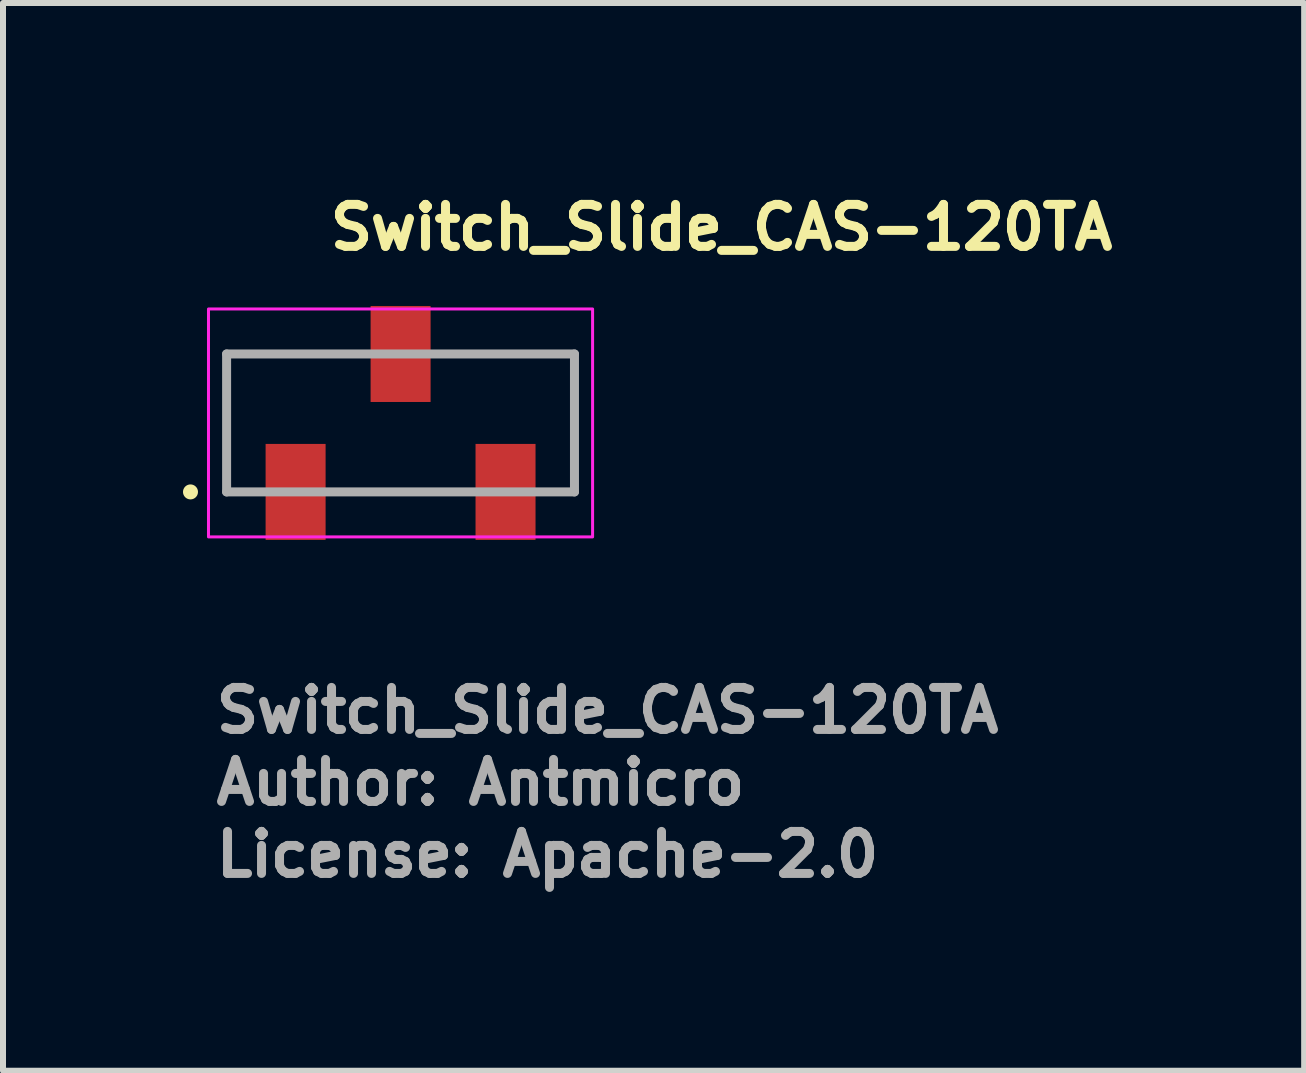
<source format=kicad_pcb>
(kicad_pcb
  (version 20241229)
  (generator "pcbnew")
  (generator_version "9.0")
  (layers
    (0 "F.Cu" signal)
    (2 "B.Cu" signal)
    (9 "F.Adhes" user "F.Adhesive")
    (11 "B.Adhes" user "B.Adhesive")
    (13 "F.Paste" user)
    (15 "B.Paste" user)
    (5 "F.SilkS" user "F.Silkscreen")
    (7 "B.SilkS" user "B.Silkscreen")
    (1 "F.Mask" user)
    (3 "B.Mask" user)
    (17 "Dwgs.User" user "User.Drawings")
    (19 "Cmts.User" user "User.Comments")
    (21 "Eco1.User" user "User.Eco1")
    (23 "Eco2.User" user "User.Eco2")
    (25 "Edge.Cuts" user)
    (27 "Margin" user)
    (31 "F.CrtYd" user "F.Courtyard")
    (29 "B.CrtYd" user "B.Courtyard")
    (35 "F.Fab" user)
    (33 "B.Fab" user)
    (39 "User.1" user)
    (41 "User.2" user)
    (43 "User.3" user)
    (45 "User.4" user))
  (footprint "Switch_Slide_CAS-120TA"
    (layer "F.Cu")
    (at 3.627 4.001)
    (property "Reference" "Switch_Slide_CAS-120TA" (at -1.25 -2.851 0) (layer "F.SilkS") (effects (font (size 0.7 0.7) (thickness 0.15)) (justify left bottom)))
    (attr smd)
    (fp_circle (center -3.502 1.148) (end -3.452 1.148) (stroke (width 0.15) (type solid)) (fill yes) (layer "F.SilkS"))
    (fp_rect (start -3.202 -1.901) (end 3.2 1.898) (stroke (width 0.05) (type solid)) (fill no) (layer "F.CrtYd"))
    (fp_line (start -2.9 1.148) (end -2.9 -1.151) (stroke (width 0.15) (type solid)) (layer "F.Fab"))
    (fp_line (start -2.9 1.148) (end 2.898 1.148) (stroke (width 0.15) (type solid)) (layer "F.Fab"))
    (fp_line (start 2.898 -1.151) (end -2.9 -1.151) (stroke (width 0.15) (type solid)) (layer "F.Fab"))
    (fp_line (start 2.898 -1.151) (end 2.898 1.148) (stroke (width 0.15) (type solid)) (layer "F.Fab"))
    (fp_line (start -2.702 -1.25) (end -2.702 -0.75) (stroke (width 0.02) (type solid)) (layer "User.9"))
    (fp_line (start -2.702 -0.75) (end -2.202 -1.25) (stroke (width 0.02) (type solid)) (layer "User.9"))
    (fp_line (start -2.702 1.249) (end -2.702 -0.75) (stroke (width 0.02) (type solid)) (layer "User.9"))
    (fp_line (start -2.202 -1.25) (end -2.702 -1.25) (stroke (width 0.02) (type solid)) (layer "User.9"))
    (fp_line (start -2.05 1.249) (end -2.05 1.398) (stroke (width 0.02) (type solid)) (layer "User.9"))
    (fp_line (start -1.5 -0.452) (end -1.5 0.45) (stroke (width 0.02) (type solid)) (layer "User.9"))
    (fp_line (start -1.5 -0.452) (end -0.652 -0.351) (stroke (width 0.02) (type solid)) (layer "User.9"))
    (fp_line (start -1.45 1.249) (end -1.45 1.398) (stroke (width 0.02) (type solid)) (layer "User.9"))
    (fp_line (start -1.45 1.398) (end -2.05 1.398) (stroke (width 0.02) (type solid)) (layer "User.9"))
    (fp_line (start -1.276 0.838) (end -1.276 0.848) (stroke (width 0.02) (type solid)) (layer "User.9"))
    (fp_line (start -1.276 0.848) (end -1.276 0.848) (stroke (width 0.02) (type solid)) (layer "User.9"))
    (fp_line (start -1.276 0.848) (end -1.276 0.859) (stroke (width 0.02) (type solid)) (layer "User.9"))
    (fp_line (start -1.276 0.859) (end -1.274 0.869) (stroke (width 0.02) (type solid)) (layer "User.9"))
    (fp_line (start -1.274 0.819) (end -1.274 0.829) (stroke (width 0.02) (type solid)) (layer "User.9"))
    (fp_line (start -1.274 0.829) (end -1.276 0.838) (stroke (width 0.02) (type solid)) (layer "User.9"))
    (fp_line (start -1.274 0.869) (end -1.274 0.879) (stroke (width 0.02) (type solid)) (layer "User.9"))
    (fp_line (start -1.274 0.879) (end -1.272 0.889) (stroke (width 0.02) (type solid)) (layer "User.9"))
    (fp_line (start -1.272 0.809) (end -1.274 0.819) (stroke (width 0.02) (type solid)) (layer "User.9"))
    (fp_line (start -1.272 0.889) (end -1.27 0.899) (stroke (width 0.02) (type solid)) (layer "User.9"))
    (fp_line (start -1.27 0.8) (end -1.272 0.809) (stroke (width 0.02) (type solid)) (layer "User.9"))
    (fp_line (start -1.27 0.899) (end -1.268 0.909) (stroke (width 0.02) (type solid)) (layer "User.9"))
    (fp_line (start -1.268 0.79) (end -1.27 0.8) (stroke (width 0.02) (type solid)) (layer "User.9"))
    (fp_line (start -1.268 0.909) (end -1.264 0.918) (stroke (width 0.02) (type solid)) (layer "User.9"))
    (fp_line (start -1.264 0.781) (end -1.268 0.79) (stroke (width 0.02) (type solid)) (layer "User.9"))
    (fp_line (start -1.264 0.918) (end -1.26 0.927) (stroke (width 0.02) (type solid)) (layer "User.9"))
    (fp_line (start -1.26 0.772) (end -1.264 0.781) (stroke (width 0.02) (type solid)) (layer "User.9"))
    (fp_line (start -1.26 0.927) (end -1.256 0.936) (stroke (width 0.02) (type solid)) (layer "User.9"))
    (fp_line (start -1.256 0.762) (end -1.26 0.772) (stroke (width 0.02) (type solid)) (layer "User.9"))
    (fp_line (start -1.256 0.936) (end -1.252 0.945) (stroke (width 0.02) (type solid)) (layer "User.9"))
    (fp_line (start -1.252 0.753) (end -1.256 0.762) (stroke (width 0.02) (type solid)) (layer "User.9"))
    (fp_line (start -1.252 0.945) (end -1.248 0.953) (stroke (width 0.02) (type solid)) (layer "User.9"))
    (fp_line (start -1.248 0.745) (end -1.252 0.753) (stroke (width 0.02) (type solid)) (layer "User.9"))
    (fp_line (start -1.248 0.953) (end -1.242 0.96) (stroke (width 0.02) (type solid)) (layer "User.9"))
    (fp_line (start -1.242 0.737) (end -1.248 0.745) (stroke (width 0.02) (type solid)) (layer "User.9"))
    (fp_line (start -1.242 0.96) (end -1.236 0.968) (stroke (width 0.02) (type solid)) (layer "User.9"))
    (fp_line (start -1.236 0.729) (end -1.242 0.737) (stroke (width 0.02) (type solid)) (layer "User.9"))
    (fp_line (start -1.236 0.968) (end -1.23 0.976) (stroke (width 0.02) (type solid)) (layer "User.9"))
    (fp_line (start -1.23 0.721) (end -1.236 0.729) (stroke (width 0.02) (type solid)) (layer "User.9"))
    (fp_line (start -1.23 0.976) (end -1.224 0.983) (stroke (width 0.02) (type solid)) (layer "User.9"))
    (fp_line (start -1.224 0.714) (end -1.23 0.721) (stroke (width 0.02) (type solid)) (layer "User.9"))
    (fp_line (start -1.224 0.983) (end -1.218 0.99) (stroke (width 0.02) (type solid)) (layer "User.9"))
    (fp_line (start -1.218 0.707) (end -1.224 0.714) (stroke (width 0.02) (type solid)) (layer "User.9"))
    (fp_line (start -1.218 0.99) (end -1.21 0.997) (stroke (width 0.02) (type solid)) (layer "User.9"))
    (fp_line (start -1.21 0.701) (end -1.218 0.707) (stroke (width 0.02) (type solid)) (layer "User.9"))
    (fp_line (start -1.21 0.997) (end -1.204 1.003) (stroke (width 0.02) (type solid)) (layer "User.9"))
    (fp_line (start -1.204 0.695) (end -1.21 0.701) (stroke (width 0.02) (type solid)) (layer "User.9"))
    (fp_line (start -1.204 1.003) (end -1.196 1.009) (stroke (width 0.02) (type solid)) (layer "User.9"))
    (fp_line (start -1.196 0.689) (end -1.204 0.695) (stroke (width 0.02) (type solid)) (layer "User.9"))
    (fp_line (start -1.196 1.009) (end -1.188 1.015) (stroke (width 0.02) (type solid)) (layer "User.9"))
    (fp_line (start -1.188 0.684) (end -1.196 0.689) (stroke (width 0.02) (type solid)) (layer "User.9"))
    (fp_line (start -1.188 1.015) (end -1.18 1.021) (stroke (width 0.02) (type solid)) (layer "User.9"))
    (fp_line (start -1.18 0.678) (end -1.188 0.684) (stroke (width 0.02) (type solid)) (layer "User.9"))
    (fp_line (start -1.18 1.021) (end -1.172 1.024) (stroke (width 0.02) (type solid)) (layer "User.9"))
    (fp_line (start -1.172 0.674) (end -1.18 0.678) (stroke (width 0.02) (type solid)) (layer "User.9"))
    (fp_line (start -1.172 1.024) (end -1.162 1.03) (stroke (width 0.02) (type solid)) (layer "User.9"))
    (fp_line (start -1.162 0.669) (end -1.172 0.674) (stroke (width 0.02) (type solid)) (layer "User.9"))
    (fp_line (start -1.162 1.03) (end -1.154 1.034) (stroke (width 0.02) (type solid)) (layer "User.9"))
    (fp_line (start -1.154 0.665) (end -1.162 0.669) (stroke (width 0.02) (type solid)) (layer "User.9"))
    (fp_line (start -1.154 1.034) (end -1.145 1.036) (stroke (width 0.02) (type solid)) (layer "User.9"))
    (fp_line (start -1.145 0.662) (end -1.154 0.665) (stroke (width 0.02) (type solid)) (layer "User.9"))
    (fp_line (start -1.145 1.036) (end -1.135 1.04) (stroke (width 0.02) (type solid)) (layer "User.9"))
    (fp_line (start -1.135 0.658) (end -1.145 0.662) (stroke (width 0.02) (type solid)) (layer "User.9"))
    (fp_line (start -1.135 1.04) (end -1.125 1.042) (stroke (width 0.02) (type solid)) (layer "User.9"))
    (fp_line (start -1.125 0.656) (end -1.135 0.658) (stroke (width 0.02) (type solid)) (layer "User.9"))
    (fp_line (start -1.125 1.042) (end -1.117 1.044) (stroke (width 0.02) (type solid)) (layer "User.9"))
    (fp_line (start -1.117 0.654) (end -1.125 0.656) (stroke (width 0.02) (type solid)) (layer "User.9"))
    (fp_line (start -1.117 1.044) (end -1.107 1.046) (stroke (width 0.02) (type solid)) (layer "User.9"))
    (fp_line (start -1.107 0.652) (end -1.117 0.654) (stroke (width 0.02) (type solid)) (layer "User.9"))
    (fp_line (start -1.107 1.046) (end -1.097 1.048) (stroke (width 0.02) (type solid)) (layer "User.9"))
    (fp_line (start -1.097 0.651) (end -1.107 0.652) (stroke (width 0.02) (type solid)) (layer "User.9"))
    (fp_line (start -1.097 1.048) (end -1.087 1.048) (stroke (width 0.02) (type solid)) (layer "User.9"))
    (fp_line (start -1.087 0.65) (end -1.097 0.651) (stroke (width 0.02) (type solid)) (layer "User.9"))
    (fp_line (start -1.087 1.048) (end -1.075 1.05) (stroke (width 0.02) (type solid)) (layer "User.9"))
    (fp_line (start -1.075 0.65) (end -1.087 0.65) (stroke (width 0.02) (type solid)) (layer "User.9"))
    (fp_line (start -1.075 0.65) (end -1.075 0.65) (stroke (width 0.02) (type solid)) (layer "User.9"))
    (fp_line (start -1.075 1.05) (end -1.075 1.05) (stroke (width 0.02) (type solid)) (layer "User.9"))
    (fp_line (start -1.075 1.05) (end -1.065 1.048) (stroke (width 0.02) (type solid)) (layer "User.9"))
    (fp_line (start -1.065 0.65) (end -1.075 0.65) (stroke (width 0.02) (type solid)) (layer "User.9"))
    (fp_line (start -1.065 1.048) (end -1.055 1.048) (stroke (width 0.02) (type solid)) (layer "User.9"))
    (fp_line (start -1.055 0.651) (end -1.065 0.65) (stroke (width 0.02) (type solid)) (layer "User.9"))
    (fp_line (start -1.055 1.048) (end -1.045 1.046) (stroke (width 0.02) (type solid)) (layer "User.9"))
    (fp_line (start -1.045 0.652) (end -1.055 0.651) (stroke (width 0.02) (type solid)) (layer "User.9"))
    (fp_line (start -1.045 1.046) (end -1.035 1.044) (stroke (width 0.02) (type solid)) (layer "User.9"))
    (fp_line (start -1.035 0.654) (end -1.045 0.652) (stroke (width 0.02) (type solid)) (layer "User.9"))
    (fp_line (start -1.035 1.044) (end -1.027 1.042) (stroke (width 0.02) (type solid)) (layer "User.9"))
    (fp_line (start -1.027 0.656) (end -1.035 0.654) (stroke (width 0.02) (type solid)) (layer "User.9"))
    (fp_line (start -1.027 1.042) (end -1.016 1.04) (stroke (width 0.02) (type solid)) (layer "User.9"))
    (fp_line (start -1.016 0.658) (end -1.027 0.656) (stroke (width 0.02) (type solid)) (layer "User.9"))
    (fp_line (start -1.016 1.04) (end -1.008 1.036) (stroke (width 0.02) (type solid)) (layer "User.9"))
    (fp_line (start -1.008 0.662) (end -1.016 0.658) (stroke (width 0.02) (type solid)) (layer "User.9"))
    (fp_line (start -1.008 1.036) (end -0.998 1.034) (stroke (width 0.02) (type solid)) (layer "User.9"))
    (fp_line (start -0.998 0.665) (end -1.008 0.662) (stroke (width 0.02) (type solid)) (layer "User.9"))
    (fp_line (start -0.998 1.034) (end -0.989 1.03) (stroke (width 0.02) (type solid)) (layer "User.9"))
    (fp_line (start -0.989 0.669) (end -0.998 0.665) (stroke (width 0.02) (type solid)) (layer "User.9"))
    (fp_line (start -0.989 1.03) (end -0.98 1.024) (stroke (width 0.02) (type solid)) (layer "User.9"))
    (fp_line (start -0.98 0.674) (end -0.989 0.669) (stroke (width 0.02) (type solid)) (layer "User.9"))
    (fp_line (start -0.98 1.024) (end -0.972 1.021) (stroke (width 0.02) (type solid)) (layer "User.9"))
    (fp_line (start -0.972 0.678) (end -0.98 0.674) (stroke (width 0.02) (type solid)) (layer "User.9"))
    (fp_line (start -0.972 1.021) (end -0.964 1.015) (stroke (width 0.02) (type solid)) (layer "User.9"))
    (fp_line (start -0.964 0.684) (end -0.972 0.678) (stroke (width 0.02) (type solid)) (layer "User.9"))
    (fp_line (start -0.964 1.015) (end -0.957 1.009) (stroke (width 0.02) (type solid)) (layer "User.9"))
    (fp_line (start -0.957 0.689) (end -0.964 0.684) (stroke (width 0.02) (type solid)) (layer "User.9"))
    (fp_line (start -0.957 1.009) (end -0.949 1.003) (stroke (width 0.02) (type solid)) (layer "User.9"))
    (fp_line (start -0.949 0.695) (end -0.957 0.689) (stroke (width 0.02) (type solid)) (layer "User.9"))
    (fp_line (start -0.949 1.003) (end -0.942 0.997) (stroke (width 0.02) (type solid)) (layer "User.9"))
    (fp_line (start -0.942 0.701) (end -0.949 0.695) (stroke (width 0.02) (type solid)) (layer "User.9"))
    (fp_line (start -0.942 0.997) (end -0.935 0.99) (stroke (width 0.02) (type solid)) (layer "User.9"))
    (fp_line (start -0.935 0.707) (end -0.942 0.701) (stroke (width 0.02) (type solid)) (layer "User.9"))
    (fp_line (start -0.935 0.99) (end -0.928 0.983) (stroke (width 0.02) (type solid)) (layer "User.9"))
    (fp_line (start -0.928 0.714) (end -0.935 0.707) (stroke (width 0.02) (type solid)) (layer "User.9"))
    (fp_line (start -0.928 0.983) (end -0.922 0.976) (stroke (width 0.02) (type solid)) (layer "User.9"))
    (fp_line (start -0.922 0.721) (end -0.928 0.714) (stroke (width 0.02) (type solid)) (layer "User.9"))
    (fp_line (start -0.922 0.976) (end -0.916 0.968) (stroke (width 0.02) (type solid)) (layer "User.9"))
    (fp_line (start -0.916 0.729) (end -0.922 0.721) (stroke (width 0.02) (type solid)) (layer "User.9"))
    (fp_line (start -0.916 0.968) (end -0.911 0.96) (stroke (width 0.02) (type solid)) (layer "User.9"))
    (fp_line (start -0.911 0.737) (end -0.916 0.729) (stroke (width 0.02) (type solid)) (layer "User.9"))
    (fp_line (start -0.911 0.96) (end -0.905 0.953) (stroke (width 0.02) (type solid)) (layer "User.9"))
    (fp_line (start -0.905 0.745) (end -0.911 0.737) (stroke (width 0.02) (type solid)) (layer "User.9"))
    (fp_line (start -0.905 0.953) (end -0.901 0.945) (stroke (width 0.02) (type solid)) (layer "User.9"))
    (fp_line (start -0.901 0.753) (end -0.905 0.745) (stroke (width 0.02) (type solid)) (layer "User.9"))
    (fp_line (start -0.901 0.945) (end -0.895 0.936) (stroke (width 0.02) (type solid)) (layer "User.9"))
    (fp_line (start -0.895 0.762) (end -0.901 0.753) (stroke (width 0.02) (type solid)) (layer "User.9"))
    (fp_line (start -0.895 0.936) (end -0.891 0.927) (stroke (width 0.02) (type solid)) (layer "User.9"))
    (fp_line (start -0.891 0.772) (end -0.895 0.762) (stroke (width 0.02) (type solid)) (layer "User.9"))
    (fp_line (start -0.891 0.927) (end -0.888 0.918) (stroke (width 0.02) (type solid)) (layer "User.9"))
    (fp_line (start -0.888 0.781) (end -0.891 0.772) (stroke (width 0.02) (type solid)) (layer "User.9"))
    (fp_line (start -0.888 0.918) (end -0.884 0.909) (stroke (width 0.02) (type solid)) (layer "User.9"))
    (fp_line (start -0.884 0.79) (end -0.888 0.781) (stroke (width 0.02) (type solid)) (layer "User.9"))
    (fp_line (start -0.884 0.909) (end -0.882 0.899) (stroke (width 0.02) (type solid)) (layer "User.9"))
    (fp_line (start -0.882 0.8) (end -0.884 0.79) (stroke (width 0.02) (type solid)) (layer "User.9"))
    (fp_line (start -0.882 0.899) (end -0.88 0.889) (stroke (width 0.02) (type solid)) (layer "User.9"))
    (fp_line (start -0.88 0.809) (end -0.882 0.8) (stroke (width 0.02) (type solid)) (layer "User.9"))
    (fp_line (start -0.88 0.889) (end -0.878 0.879) (stroke (width 0.02) (type solid)) (layer "User.9"))
    (fp_line (start -0.878 0.819) (end -0.88 0.809) (stroke (width 0.02) (type solid)) (layer "User.9"))
    (fp_line (start -0.878 0.879) (end -0.877 0.869) (stroke (width 0.02) (type solid)) (layer "User.9"))
    (fp_line (start -0.877 0.829) (end -0.878 0.819) (stroke (width 0.02) (type solid)) (layer "User.9"))
    (fp_line (start -0.877 0.869) (end -0.876 0.859) (stroke (width 0.02) (type solid)) (layer "User.9"))
    (fp_line (start -0.876 0.838) (end -0.877 0.829) (stroke (width 0.02) (type solid)) (layer "User.9"))
    (fp_line (start -0.876 0.859) (end -0.875 0.848) (stroke (width 0.02) (type solid)) (layer "User.9"))
    (fp_line (start -0.875 0.848) (end -0.876 0.838) (stroke (width 0.02) (type solid)) (layer "User.9"))
    (fp_line (start -0.875 0.848) (end -0.875 0.848) (stroke (width 0.02) (type solid)) (layer "User.9"))
    (fp_line (start -0.875 0.848) (end -0.875 0.848) (stroke (width 0.02) (type solid)) (layer "User.9"))
    (fp_line (start -0.652 0.349) (end -1.5 0.45) (stroke (width 0.02) (type solid)) (layer "User.9"))
    (fp_line (start -0.652 0.349) (end -0.652 -0.351) (stroke (width 0.02) (type solid)) (layer "User.9"))
    (fp_line (start -0.3 -1.401) (end -0.3 -1.25) (stroke (width 0.02) (type solid)) (layer "User.9"))
    (fp_line (start 0 -0.262) (end 0.001 -0.267) (stroke (width 0.02) (type solid)) (layer "User.9"))
    (fp_line (start 0 -0.256) (end 0 -0.262) (stroke (width 0.02) (type solid)) (layer "User.9"))
    (fp_line (start 0 -0.25) (end 0 -0.256) (stroke (width 0.02) (type solid)) (layer "User.9"))
    (fp_line (start 0 0.248) (end 0 -0.25) (stroke (width 0.02) (type solid)) (layer "User.9"))
    (fp_line (start 0 0.248) (end 0 0.254) (stroke (width 0.02) (type solid)) (layer "User.9"))
    (fp_line (start 0 0.254) (end 0 0.26) (stroke (width 0.02) (type solid)) (layer "User.9"))
    (fp_line (start 0 0.26) (end 0.001 0.265) (stroke (width 0.02) (type solid)) (layer "User.9"))
    (fp_line (start 0.001 -0.267) (end 0.002 -0.271) (stroke (width 0.02) (type solid)) (layer "User.9"))
    (fp_line (start 0.001 0.265) (end 0.002 0.269) (stroke (width 0.02) (type solid)) (layer "User.9"))
    (fp_line (start 0.002 -0.271) (end 0.003 -0.276) (stroke (width 0.02) (type solid)) (layer "User.9"))
    (fp_line (start 0.002 0.269) (end 0.003 0.274) (stroke (width 0.02) (type solid)) (layer "User.9"))
    (fp_line (start 0.003 -0.276) (end 0.004 -0.281) (stroke (width 0.02) (type solid)) (layer "User.9"))
    (fp_line (start 0.003 0.274) (end 0.004 0.279) (stroke (width 0.02) (type solid)) (layer "User.9"))
    (fp_line (start 0.004 -0.281) (end 0.005 -0.285) (stroke (width 0.02) (type solid)) (layer "User.9"))
    (fp_line (start 0.004 0.279) (end 0.005 0.283) (stroke (width 0.02) (type solid)) (layer "User.9"))
    (fp_line (start 0.005 -0.285) (end 0.007 -0.289) (stroke (width 0.02) (type solid)) (layer "User.9"))
    (fp_line (start 0.005 0.283) (end 0.007 0.288) (stroke (width 0.02) (type solid)) (layer "User.9"))
    (fp_line (start 0.007 -0.289) (end 0.009 -0.293) (stroke (width 0.02) (type solid)) (layer "User.9"))
    (fp_line (start 0.007 0.288) (end 0.009 0.291) (stroke (width 0.02) (type solid)) (layer "User.9"))
    (fp_line (start 0.009 -0.293) (end 0.01 -0.297) (stroke (width 0.02) (type solid)) (layer "User.9"))
    (fp_line (start 0.009 0.291) (end 0.01 0.295) (stroke (width 0.02) (type solid)) (layer "User.9"))
    (fp_line (start 0.01 -0.297) (end 0.014 -0.302) (stroke (width 0.02) (type solid)) (layer "User.9"))
    (fp_line (start 0.01 0.295) (end 0.014 0.3) (stroke (width 0.02) (type solid)) (layer "User.9"))
    (fp_line (start 0.014 -0.302) (end 0.016 -0.306) (stroke (width 0.02) (type solid)) (layer "User.9"))
    (fp_line (start 0.014 0.3) (end 0.016 0.304) (stroke (width 0.02) (type solid)) (layer "User.9"))
    (fp_line (start 0.016 -0.306) (end 0.018 -0.31) (stroke (width 0.02) (type solid)) (layer "User.9"))
    (fp_line (start 0.016 0.304) (end 0.018 0.308) (stroke (width 0.02) (type solid)) (layer "User.9"))
    (fp_line (start 0.018 -0.31) (end 0.021 -0.314) (stroke (width 0.02) (type solid)) (layer "User.9"))
    (fp_line (start 0.018 0.308) (end 0.021 0.312) (stroke (width 0.02) (type solid)) (layer "User.9"))
    (fp_line (start 0.021 -0.314) (end 0.025 -0.317) (stroke (width 0.02) (type solid)) (layer "User.9"))
    (fp_line (start 0.021 0.312) (end 0.025 0.315) (stroke (width 0.02) (type solid)) (layer "User.9"))
    (fp_line (start 0.025 -0.317) (end 0.029 -0.322) (stroke (width 0.02) (type solid)) (layer "User.9"))
    (fp_line (start 0.025 0.315) (end 0.029 0.32) (stroke (width 0.02) (type solid)) (layer "User.9"))
    (fp_line (start 0.029 -0.322) (end 0.033 -0.326) (stroke (width 0.02) (type solid)) (layer "User.9"))
    (fp_line (start 0.029 -0.322) (end 0.1 -0.25) (stroke (width 0.02) (type solid)) (layer "User.9"))
    (fp_line (start 0.029 0.32) (end 0.1 0.248) (stroke (width 0.02) (type solid)) (layer "User.9"))
    (fp_line (start 0.033 -0.326) (end 0.036 -0.329) (stroke (width 0.02) (type solid)) (layer "User.9"))
    (fp_line (start 0.033 0.324) (end 0.029 0.32) (stroke (width 0.02) (type solid)) (layer "User.9"))
    (fp_line (start 0.036 -0.329) (end 0.04 -0.332) (stroke (width 0.02) (type solid)) (layer "User.9"))
    (fp_line (start 0.036 0.327) (end 0.033 0.324) (stroke (width 0.02) (type solid)) (layer "User.9"))
    (fp_line (start 0.04 -0.332) (end 0.043 -0.335) (stroke (width 0.02) (type solid)) (layer "User.9"))
    (fp_line (start 0.04 0.33) (end 0.036 0.327) (stroke (width 0.02) (type solid)) (layer "User.9"))
    (fp_line (start 0.043 -0.335) (end 0.048 -0.337) (stroke (width 0.02) (type solid)) (layer "User.9"))
    (fp_line (start 0.043 0.333) (end 0.04 0.33) (stroke (width 0.02) (type solid)) (layer "User.9"))
    (fp_line (start 0.048 -0.337) (end 0.052 -0.34) (stroke (width 0.02) (type solid)) (layer "User.9"))
    (fp_line (start 0.048 0.335) (end 0.043 0.333) (stroke (width 0.02) (type solid)) (layer "User.9"))
    (fp_line (start 0.052 -0.34) (end 0.057 -0.342) (stroke (width 0.02) (type solid)) (layer "User.9"))
    (fp_line (start 0.052 0.338) (end 0.048 0.335) (stroke (width 0.02) (type solid)) (layer "User.9"))
    (fp_line (start 0.057 -0.342) (end 0.06 -0.344) (stroke (width 0.02) (type solid)) (layer "User.9"))
    (fp_line (start 0.057 0.34) (end 0.052 0.338) (stroke (width 0.02) (type solid)) (layer "User.9"))
    (fp_line (start 0.06 -0.344) (end 0.066 -0.346) (stroke (width 0.02) (type solid)) (layer "User.9"))
    (fp_line (start 0.06 0.342) (end 0.057 0.34) (stroke (width 0.02) (type solid)) (layer "User.9"))
    (fp_line (start 0.066 -0.346) (end 0.07 -0.347) (stroke (width 0.02) (type solid)) (layer "User.9"))
    (fp_line (start 0.066 0.344) (end 0.06 0.342) (stroke (width 0.02) (type solid)) (layer "User.9"))
    (fp_line (start 0.07 -0.347) (end 0.074 -0.348) (stroke (width 0.02) (type solid)) (layer "User.9"))
    (fp_line (start 0.07 0.345) (end 0.066 0.344) (stroke (width 0.02) (type solid)) (layer "User.9"))
    (fp_line (start 0.074 -0.348) (end 0.08 -0.349) (stroke (width 0.02) (type solid)) (layer "User.9"))
    (fp_line (start 0.074 0.346) (end 0.07 0.345) (stroke (width 0.02) (type solid)) (layer "User.9"))
    (fp_line (start 0.08 -0.349) (end 0.084 -0.35) (stroke (width 0.02) (type solid)) (layer "User.9"))
    (fp_line (start 0.08 0.347) (end 0.074 0.346) (stroke (width 0.02) (type solid)) (layer "User.9"))
    (fp_line (start 0.084 -0.35) (end 0.088 -0.351) (stroke (width 0.02) (type solid)) (layer "User.9"))
    (fp_line (start 0.084 0.348) (end 0.08 0.347) (stroke (width 0.02) (type solid)) (layer "User.9"))
    (fp_line (start 0.088 -0.351) (end 0.093 -0.351) (stroke (width 0.02) (type solid)) (layer "User.9"))
    (fp_line (start 0.088 0.349) (end 0.084 0.348) (stroke (width 0.02) (type solid)) (layer "User.9"))
    (fp_line (start 0.093 -0.351) (end 0.1 -0.351) (stroke (width 0.02) (type solid)) (layer "User.9"))
    (fp_line (start 0.093 0.349) (end 0.088 0.349) (stroke (width 0.02) (type solid)) (layer "User.9"))
    (fp_line (start 0.1 -0.351) (end -0.652 -0.351) (stroke (width 0.02) (type solid)) (layer "User.9"))
    (fp_line (start 0.1 0.349) (end 0.093 0.349) (stroke (width 0.02) (type solid)) (layer "User.9"))
    (fp_line (start 0.298 -1.401) (end -0.3 -1.401) (stroke (width 0.02) (type solid)) (layer "User.9"))
    (fp_line (start 0.298 -1.401) (end 0.298 -1.25) (stroke (width 0.02) (type solid)) (layer "User.9"))
    (fp_line (start 0.498 -0.351) (end 0.1 -0.351) (stroke (width 0.02) (type solid)) (layer "User.9"))
    (fp_line (start 0.498 -0.25) (end 0.57 -0.322) (stroke (width 0.02) (type solid)) (layer "User.9"))
    (fp_line (start 0.498 0.248) (end 0.57 0.32) (stroke (width 0.02) (type solid)) (layer "User.9"))
    (fp_line (start 0.498 0.349) (end 0.1 0.349) (stroke (width 0.02) (type solid)) (layer "User.9"))
    (fp_line (start 0.498 0.349) (end 0.504 0.349) (stroke (width 0.02) (type solid)) (layer "User.9"))
    (fp_line (start 0.504 -0.351) (end 0.498 -0.351) (stroke (width 0.02) (type solid)) (layer "User.9"))
    (fp_line (start 0.504 0.349) (end 0.509 0.349) (stroke (width 0.02) (type solid)) (layer "User.9"))
    (fp_line (start 0.509 -0.351) (end 0.504 -0.351) (stroke (width 0.02) (type solid)) (layer "User.9"))
    (fp_line (start 0.509 0.349) (end 0.515 0.348) (stroke (width 0.02) (type solid)) (layer "User.9"))
    (fp_line (start 0.515 -0.35) (end 0.509 -0.351) (stroke (width 0.02) (type solid)) (layer "User.9"))
    (fp_line (start 0.515 0.348) (end 0.519 0.347) (stroke (width 0.02) (type solid)) (layer "User.9"))
    (fp_line (start 0.519 -0.349) (end 0.515 -0.35) (stroke (width 0.02) (type solid)) (layer "User.9"))
    (fp_line (start 0.519 0.347) (end 0.524 0.346) (stroke (width 0.02) (type solid)) (layer "User.9"))
    (fp_line (start 0.524 -0.348) (end 0.519 -0.349) (stroke (width 0.02) (type solid)) (layer "User.9"))
    (fp_line (start 0.524 0.346) (end 0.529 0.345) (stroke (width 0.02) (type solid)) (layer "User.9"))
    (fp_line (start 0.529 -0.347) (end 0.524 -0.348) (stroke (width 0.02) (type solid)) (layer "User.9"))
    (fp_line (start 0.529 0.345) (end 0.533 0.344) (stroke (width 0.02) (type solid)) (layer "User.9"))
    (fp_line (start 0.533 -0.346) (end 0.529 -0.347) (stroke (width 0.02) (type solid)) (layer "User.9"))
    (fp_line (start 0.533 0.344) (end 0.538 0.342) (stroke (width 0.02) (type solid)) (layer "User.9"))
    (fp_line (start 0.538 -0.344) (end 0.533 -0.346) (stroke (width 0.02) (type solid)) (layer "User.9"))
    (fp_line (start 0.538 0.342) (end 0.542 0.34) (stroke (width 0.02) (type solid)) (layer "User.9"))
    (fp_line (start 0.542 -0.342) (end 0.538 -0.344) (stroke (width 0.02) (type solid)) (layer "User.9"))
    (fp_line (start 0.542 0.34) (end 0.546 0.338) (stroke (width 0.02) (type solid)) (layer "User.9"))
    (fp_line (start 0.546 -0.34) (end 0.542 -0.342) (stroke (width 0.02) (type solid)) (layer "User.9"))
    (fp_line (start 0.546 0.338) (end 0.551 0.335) (stroke (width 0.02) (type solid)) (layer "User.9"))
    (fp_line (start 0.551 -0.337) (end 0.546 -0.34) (stroke (width 0.02) (type solid)) (layer "User.9"))
    (fp_line (start 0.551 0.335) (end 0.555 0.333) (stroke (width 0.02) (type solid)) (layer "User.9"))
    (fp_line (start 0.555 -0.335) (end 0.551 -0.337) (stroke (width 0.02) (type solid)) (layer "User.9"))
    (fp_line (start 0.555 0.333) (end 0.559 0.33) (stroke (width 0.02) (type solid)) (layer "User.9"))
    (fp_line (start 0.559 -0.332) (end 0.555 -0.335) (stroke (width 0.02) (type solid)) (layer "User.9"))
    (fp_line (start 0.559 0.33) (end 0.563 0.327) (stroke (width 0.02) (type solid)) (layer "User.9"))
    (fp_line (start 0.563 -0.329) (end 0.559 -0.332) (stroke (width 0.02) (type solid)) (layer "User.9"))
    (fp_line (start 0.563 0.327) (end 0.566 0.324) (stroke (width 0.02) (type solid)) (layer "User.9"))
    (fp_line (start 0.566 -0.326) (end 0.563 -0.329) (stroke (width 0.02) (type solid)) (layer "User.9"))
    (fp_line (start 0.566 0.324) (end 0.57 0.32) (stroke (width 0.02) (type solid)) (layer "User.9"))
    (fp_line (start 0.57 -0.322) (end 0.566 -0.326) (stroke (width 0.02) (type solid)) (layer "User.9"))
    (fp_line (start 0.57 -0.322) (end 0.574 -0.317) (stroke (width 0.02) (type solid)) (layer "User.9"))
    (fp_line (start 0.57 0.32) (end 0.574 0.315) (stroke (width 0.02) (type solid)) (layer "User.9"))
    (fp_line (start 0.574 -0.317) (end 0.576 -0.314) (stroke (width 0.02) (type solid)) (layer "User.9"))
    (fp_line (start 0.574 0.315) (end 0.576 0.312) (stroke (width 0.02) (type solid)) (layer "User.9"))
    (fp_line (start 0.576 -0.314) (end 0.579 -0.31) (stroke (width 0.02) (type solid)) (layer "User.9"))
    (fp_line (start 0.576 0.312) (end 0.579 0.308) (stroke (width 0.02) (type solid)) (layer "User.9"))
    (fp_line (start 0.579 -0.31) (end 0.582 -0.306) (stroke (width 0.02) (type solid)) (layer "User.9"))
    (fp_line (start 0.579 0.308) (end 0.582 0.304) (stroke (width 0.02) (type solid)) (layer "User.9"))
    (fp_line (start 0.582 -0.306) (end 0.584 -0.302) (stroke (width 0.02) (type solid)) (layer "User.9"))
    (fp_line (start 0.582 0.304) (end 0.584 0.3) (stroke (width 0.02) (type solid)) (layer "User.9"))
    (fp_line (start 0.584 -0.302) (end 0.587 -0.297) (stroke (width 0.02) (type solid)) (layer "User.9"))
    (fp_line (start 0.584 0.3) (end 0.587 0.295) (stroke (width 0.02) (type solid)) (layer "User.9"))
    (fp_line (start 0.587 -0.297) (end 0.589 -0.293) (stroke (width 0.02) (type solid)) (layer "User.9"))
    (fp_line (start 0.587 0.295) (end 0.589 0.291) (stroke (width 0.02) (type solid)) (layer "User.9"))
    (fp_line (start 0.589 -0.293) (end 0.591 -0.289) (stroke (width 0.02) (type solid)) (layer "User.9"))
    (fp_line (start 0.589 0.291) (end 0.591 0.288) (stroke (width 0.02) (type solid)) (layer "User.9"))
    (fp_line (start 0.591 -0.289) (end 0.593 -0.285) (stroke (width 0.02) (type solid)) (layer "User.9"))
    (fp_line (start 0.591 0.288) (end 0.593 0.283) (stroke (width 0.02) (type solid)) (layer "User.9"))
    (fp_line (start 0.593 -0.285) (end 0.594 -0.281) (stroke (width 0.02) (type solid)) (layer "User.9"))
    (fp_line (start 0.593 0.283) (end 0.594 0.279) (stroke (width 0.02) (type solid)) (layer "User.9"))
    (fp_line (start 0.594 -0.281) (end 0.595 -0.276) (stroke (width 0.02) (type solid)) (layer "User.9"))
    (fp_line (start 0.594 0.279) (end 0.595 0.274) (stroke (width 0.02) (type solid)) (layer "User.9"))
    (fp_line (start 0.595 -0.276) (end 0.596 -0.271) (stroke (width 0.02) (type solid)) (layer "User.9"))
    (fp_line (start 0.595 0.274) (end 0.596 0.269) (stroke (width 0.02) (type solid)) (layer "User.9"))
    (fp_line (start 0.596 -0.271) (end 0.597 -0.267) (stroke (width 0.02) (type solid)) (layer "User.9"))
    (fp_line (start 0.596 0.269) (end 0.597 0.265) (stroke (width 0.02) (type solid)) (layer "User.9"))
    (fp_line (start 0.597 -0.267) (end 0.598 -0.262) (stroke (width 0.02) (type solid)) (layer "User.9"))
    (fp_line (start 0.597 0.265) (end 0.598 0.26) (stroke (width 0.02) (type solid)) (layer "User.9"))
    (fp_line (start 0.598 -0.262) (end 0.598 -0.256) (stroke (width 0.02) (type solid)) (layer "User.9"))
    (fp_line (start 0.598 -0.256) (end 0.598 -0.25) (stroke (width 0.02) (type solid)) (layer "User.9"))
    (fp_line (start 0.598 0.248) (end 0.598 -0.25) (stroke (width 0.02) (type solid)) (layer "User.9"))
    (fp_line (start 0.598 0.254) (end 0.598 0.248) (stroke (width 0.02) (type solid)) (layer "User.9"))
    (fp_line (start 0.598 0.26) (end 0.598 0.254) (stroke (width 0.02) (type solid)) (layer "User.9"))
    (fp_line (start 0.65 -0.351) (end 0.498 -0.351) (stroke (width 0.02) (type solid)) (layer "User.9"))
    (fp_line (start 0.65 -0.351) (end 1.499 -0.452) (stroke (width 0.02) (type solid)) (layer "User.9"))
    (fp_line (start 0.65 0.349) (end -0.652 0.349) (stroke (width 0.02) (type solid)) (layer "User.9"))
    (fp_line (start 0.65 0.349) (end 0.65 -0.351) (stroke (width 0.02) (type solid)) (layer "User.9"))
    (fp_line (start 1.449 1.249) (end 1.449 1.398) (stroke (width 0.02) (type solid)) (layer "User.9"))
    (fp_line (start 1.499 -0.452) (end -1.5 -0.452) (stroke (width 0.02) (type solid)) (layer "User.9"))
    (fp_line (start 1.499 -0.452) (end 1.499 0.45) (stroke (width 0.02) (type solid)) (layer "User.9"))
    (fp_line (start 1.499 0.45) (end -1.5 0.45) (stroke (width 0.02) (type solid)) (layer "User.9"))
    (fp_line (start 1.499 0.45) (end 0.65 0.349) (stroke (width 0.02) (type solid)) (layer "User.9"))
    (fp_line (start 2.048 1.249) (end 2.048 1.398) (stroke (width 0.02) (type solid)) (layer "User.9"))
    (fp_line (start 2.048 1.398) (end 1.449 1.398) (stroke (width 0.02) (type solid)) (layer "User.9"))
    (fp_line (start 2.2 1.249) (end -2.702 1.249) (stroke (width 0.02) (type solid)) (layer "User.9"))
    (fp_line (start 2.2 1.249) (end 2.7 1.249) (stroke (width 0.02) (type solid)) (layer "User.9"))
    (fp_line (start 2.7 -1.25) (end -2.202 -1.25) (stroke (width 0.02) (type solid)) (layer "User.9"))
    (fp_line (start 2.7 0.748) (end 2.2 1.249) (stroke (width 0.02) (type solid)) (layer "User.9"))
    (fp_line (start 2.7 0.748) (end 2.7 -1.25) (stroke (width 0.02) (type solid)) (layer "User.9"))
    (fp_line (start 2.7 1.249) (end 2.7 0.748) (stroke (width 0.02) (type solid)) (layer "User.9"))
    (fp_text user "${REFERENCE}" (at -3.15 5.2 0) (layer "F.Fab") (effects (font (size 0.7 0.7) (thickness 0.15)) (justify left bottom)))
    (fp_text user "License: Apache-2.0" (at -3.15 7.6 0) (layer "F.Fab") (effects (font (size 0.7 0.7) (thickness 0.15)) (justify left bottom)))
    (fp_text user "Author: Antmicro" (at -3.15 6.4 0) (layer "F.Fab") (effects (font (size 0.7 0.7) (thickness 0.15)) (justify left bottom)))
    (pad "1" smd rect (at -1.75 1.148) (size 1 1.6) (layers "F.Cu" "F.Mask" "F.Paste"))
    (pad "2" smd rect (at 0 -1.151) (size 1 1.6) (layers "F.Cu" "F.Mask" "F.Paste"))
    (pad "3" smd rect (at 1.749 1.148) (size 1 1.6) (layers "F.Cu" "F.Mask" "F.Paste")))
  (gr_rect
    (start -3 -3)
    (end 18.687 14.796)
    (stroke (width 0.1) (type default))
    (fill no)
    (layer "Edge.Cuts")))
</source>
